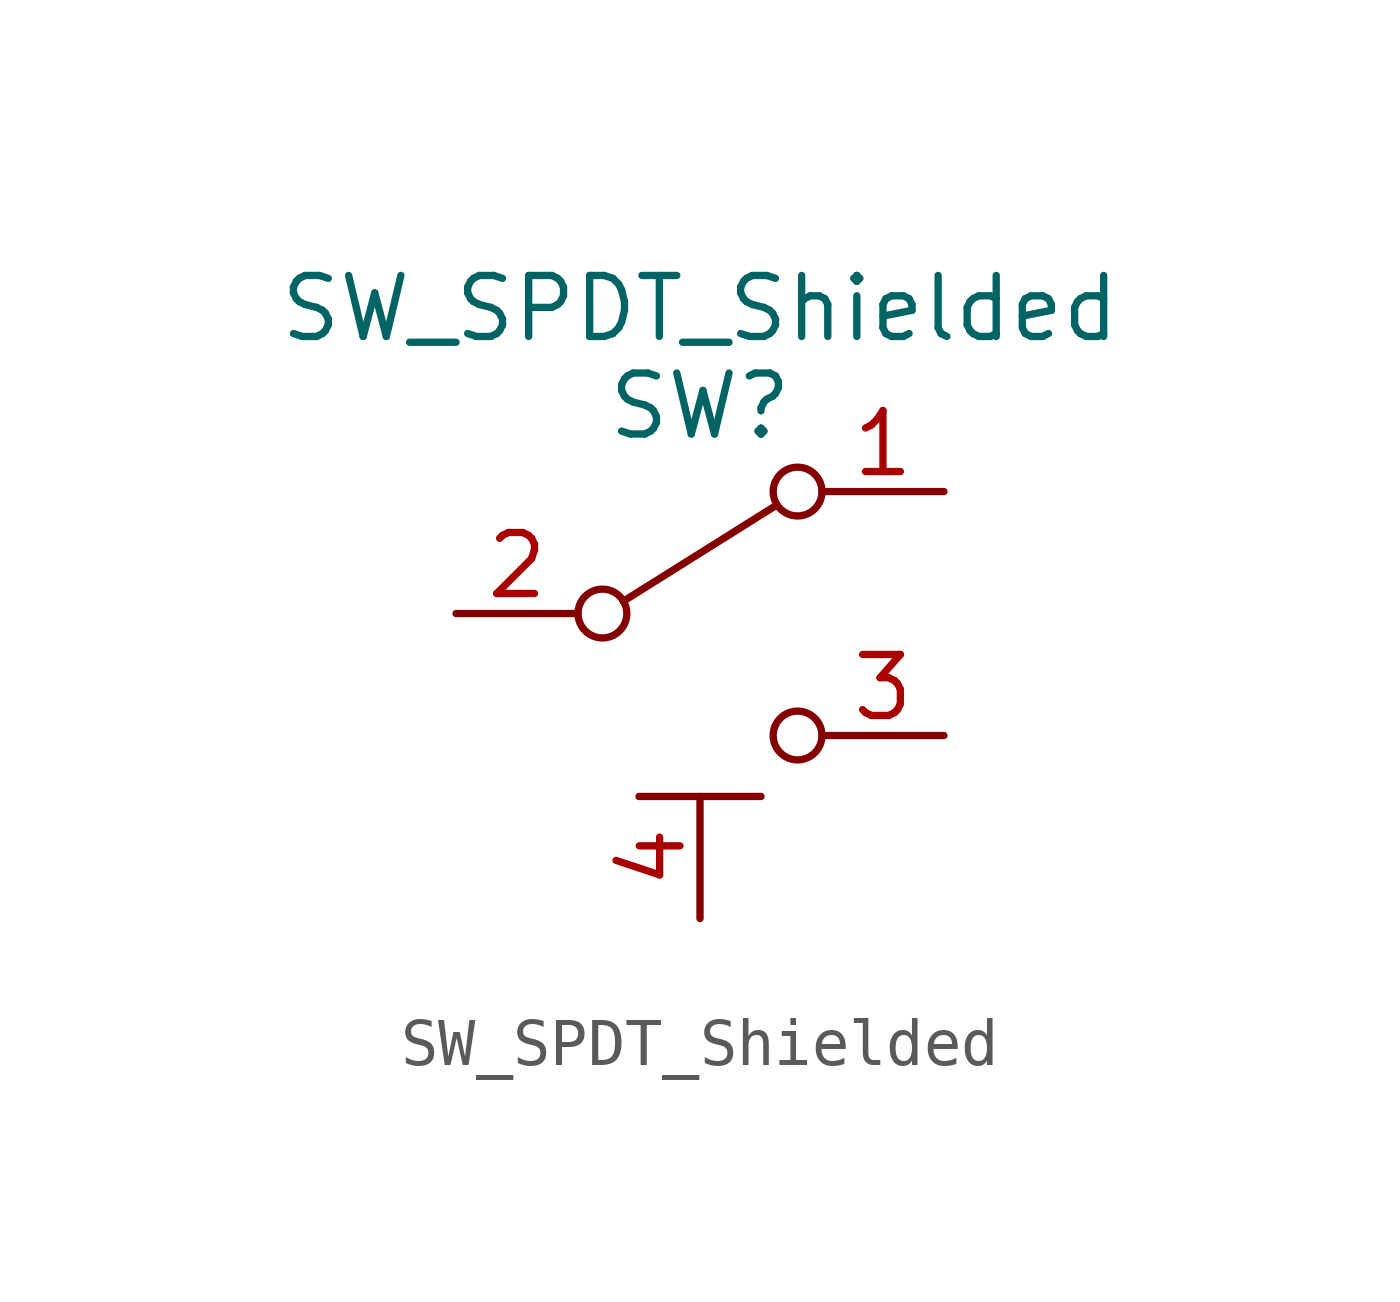
<source format=kicad_sym>
(kicad_symbol_lib
  (version 20211014)
  (generator kicad_symbol_editor)
  (symbol "SW_SPDT_Shielded"
    (pin_names
      (offset 0) hide)
    (property "Reference" "SW"
      (at 0 4.318 0)
      (effects (font (size 1.27 1.27))))
    (property "Value" "SW_SPDT_Shielded"
      (at 0 6.35 0)
      (effects (font (size 1.27 1.27))))
    (symbol "SW_SPDT_Shielded_0_0"
      (circle (center 2.032 -2.54) (radius 0.508) (stroke (width 0) (type default) (color 0 0 0 0)) (fill (type none))))
    (symbol "SW_SPDT_Shielded_0_1"
      (polyline (pts (xy -1.27 -3.81) (xy 1.27 -3.81)) (stroke (width 0) (type default) (color 0 0 0 0)) (fill (type none))))
    (symbol "SW_SPDT_Shielded_1_1"
      (circle (center -2.032 0) (radius 0.508) (stroke (width 0) (type default) (color 0 0 0 0)) (fill (type none)))
      (polyline (pts (xy -1.6 0.254) (xy 1.6 2.261)) (stroke (width 0) (type default) (color 0 0 0 0)) (fill (type none)))
      (circle (center 2.032 2.54) (radius 0.508) (stroke (width 0) (type default) (color 0 0 0 0)) (fill (type none)))
      (pin passive line (at 5.08 2.54 180) (length 2.54) (name "A" (effects (font (size 1.27 1.27)))) (number "1" (effects (font (size 1.27 1.27)))))
      (pin passive line (at -5.08 0 0) (length 2.54) (name "B" (effects (font (size 1.27 1.27)))) (number "2" (effects (font (size 1.27 1.27)))))
      (pin passive line (at 5.08 -2.54 180) (length 2.54) (name "C" (effects (font (size 1.27 1.27)))) (number "3" (effects (font (size 1.27 1.27)))))
      (pin power_in line (at 0 -6.35 90) (length 2.54) (name "Gnd" (effects (font (size 1.27 1.27)))) (number "4" (effects (font (size 1.27 1.27))))))))
</source>
